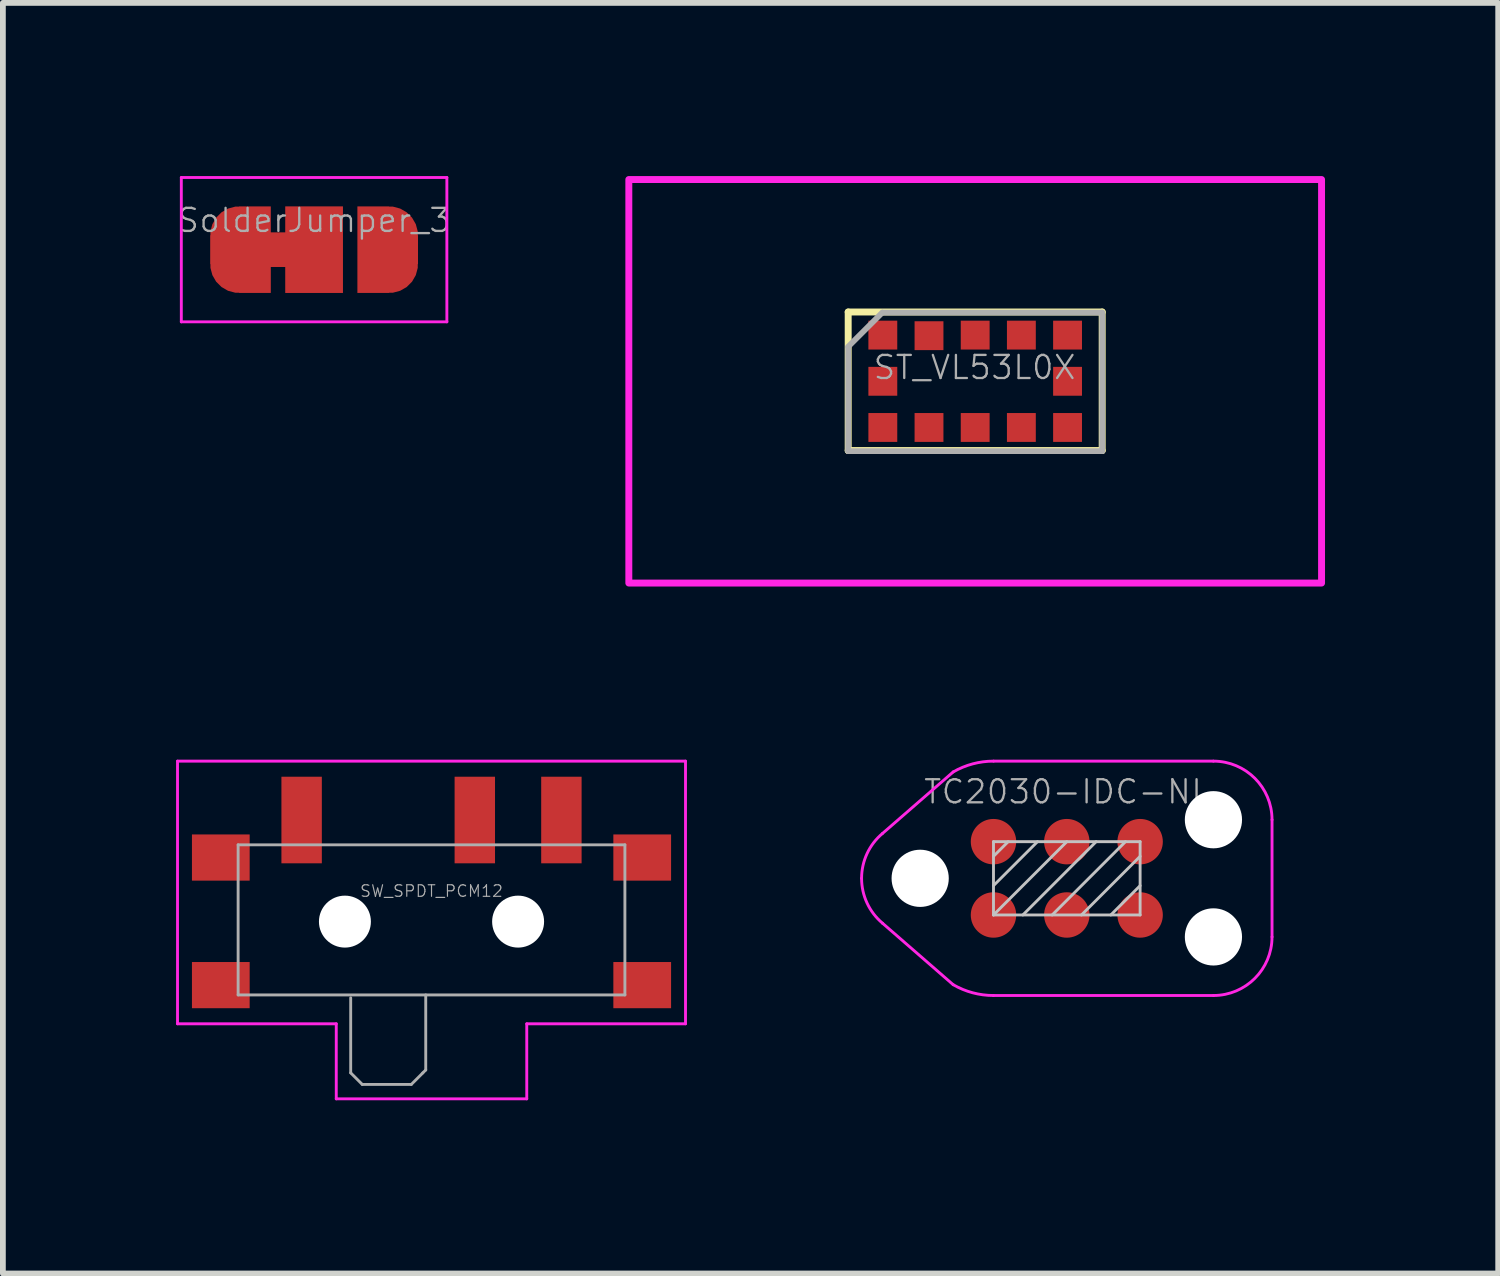
<source format=kicad_pcb>
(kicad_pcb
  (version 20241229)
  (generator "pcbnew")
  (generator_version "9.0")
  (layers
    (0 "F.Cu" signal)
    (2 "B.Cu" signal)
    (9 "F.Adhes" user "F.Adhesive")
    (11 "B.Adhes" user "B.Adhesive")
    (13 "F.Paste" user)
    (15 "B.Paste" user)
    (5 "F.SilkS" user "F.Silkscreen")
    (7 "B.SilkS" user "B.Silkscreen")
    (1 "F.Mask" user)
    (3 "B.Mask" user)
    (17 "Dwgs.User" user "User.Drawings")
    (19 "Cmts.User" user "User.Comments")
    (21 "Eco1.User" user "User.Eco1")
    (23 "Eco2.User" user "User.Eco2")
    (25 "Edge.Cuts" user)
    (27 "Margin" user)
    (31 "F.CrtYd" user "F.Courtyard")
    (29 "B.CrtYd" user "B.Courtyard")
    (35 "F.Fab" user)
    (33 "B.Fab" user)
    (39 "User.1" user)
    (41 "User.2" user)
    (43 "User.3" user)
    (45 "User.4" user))
  (footprint "ST_VL53L0X"
    (layer "F.Cu")
    (at 13.843 3.555)
    (property "Reference" "ST_VL53L0X" (at -0.01 -0.24 0) (unlocked yes) (layer "F.Fab") (effects (font (size 0.4 0.4) (thickness 0.04))))
    (attr smd)
    (fp_line (start -2.2 -1.2) (end 2.2 -1.2) (stroke (width 0.12) (type default)) (layer "F.SilkS"))
    (fp_line (start -2.2 1.2) (end -2.2 -1.2) (stroke (width 0.12) (type default)) (layer "F.SilkS"))
    (fp_line (start 2.2 -1.2) (end 2.2 1.2) (stroke (width 0.12) (type default)) (layer "F.SilkS"))
    (fp_line (start 2.2 1.2) (end -2.2 1.2) (stroke (width 0.12) (type default)) (layer "F.SilkS"))
    (fp_rect (start -6 -3.495) (end 6 3.495) (stroke (width 0.12) (type solid)) (fill no) (layer "F.CrtYd"))
    (fp_line (start -2.2 1.21) (end -2.2 -0.59) (stroke (width 0.1) (type solid)) (layer "F.Fab"))
    (fp_line (start -1.61 -1.19) (end -2.2 -0.6) (stroke (width 0.1) (type solid)) (layer "F.Fab"))
    (fp_line (start -1.6 -1.19) (end 2.2 -1.19) (stroke (width 0.1) (type solid)) (layer "F.Fab"))
    (fp_line (start 2.2 -1.19) (end 2.2 1.21) (stroke (width 0.1) (type solid)) (layer "F.Fab"))
    (fp_line (start 2.2 1.21) (end -2.2 1.21) (stroke (width 0.1) (type solid)) (layer "F.Fab"))
    (pad "1" smd rect (at -1.6 -0.8 90) (size 0.5 0.5) (layers "F.Cu" "F.Mask" "F.Paste"))
    (pad "2" smd rect (at -0.8 -0.79 90) (size 0.5 0.5) (layers "F.Cu" "F.Mask" "F.Paste"))
    (pad "3" smd rect (at 0 -0.8 90) (size 0.5 0.5) (layers "F.Cu" "F.Mask" "F.Paste"))
    (pad "4" smd rect (at 0.8 -0.8 90) (size 0.5 0.5) (layers "F.Cu" "F.Mask" "F.Paste"))
    (pad "5" smd rect (at 1.6 -0.8 90) (size 0.5 0.5) (layers "F.Cu" "F.Mask" "F.Paste"))
    (pad "6" smd rect (at 1.6 0 90) (size 0.5 0.5) (layers "F.Cu" "F.Mask" "F.Paste"))
    (pad "7" smd rect (at 1.6 0.8 90) (size 0.5 0.5) (layers "F.Cu" "F.Mask" "F.Paste"))
    (pad "8" smd rect (at 0.8 0.8 90) (size 0.5 0.5) (layers "F.Cu" "F.Mask" "F.Paste"))
    (pad "9" smd rect (at 0 0.8 90) (size 0.5 0.5) (layers "F.Cu" "F.Mask" "F.Paste"))
    (pad "10" smd rect (at -0.8 0.8 90) (size 0.5 0.5) (layers "F.Cu" "F.Mask" "F.Paste"))
    (pad "11" smd rect (at -1.6 0.8 90) (size 0.5 0.5) (layers "F.Cu" "F.Mask" "F.Paste"))
    (pad "12" smd rect (at -1.6 0 90) (size 0.5 0.5) (layers "F.Cu" "F.Mask" "F.Paste")))
  (footprint "SW_SPDT_PCM12"
    (layer "F.Cu")
    (at 4.425 12.585)
    (property "Reference" "SW_SPDT_PCM12" (at 0 -0.2 0) (unlocked yes) (layer "F.Fab") (effects (font (size 0.2 0.2) (thickness 0.02))))
    (attr smd)
    (fp_line (start -4.4 -2.45) (end 4.4 -2.45) (stroke (width 0.05) (type solid)) (layer "F.CrtYd"))
    (fp_line (start -4.4 2.1) (end -4.4 -2.45) (stroke (width 0.05) (type solid)) (layer "F.CrtYd"))
    (fp_line (start -1.65 2.1) (end -4.4 2.1) (stroke (width 0.05) (type solid)) (layer "F.CrtYd"))
    (fp_line (start -1.65 3.4) (end -1.65 2.1) (stroke (width 0.05) (type solid)) (layer "F.CrtYd"))
    (fp_line (start 1.65 2.1) (end 1.65 3.4) (stroke (width 0.05) (type solid)) (layer "F.CrtYd"))
    (fp_line (start 1.65 3.4) (end -1.65 3.4) (stroke (width 0.05) (type solid)) (layer "F.CrtYd"))
    (fp_line (start 4.4 -2.45) (end 4.4 2.1) (stroke (width 0.05) (type solid)) (layer "F.CrtYd"))
    (fp_line (start 4.4 2.1) (end 1.65 2.1) (stroke (width 0.05) (type solid)) (layer "F.CrtYd"))
    (fp_line (start -3.35 -1) (end -3.35 1.6) (stroke (width 0.05) (type solid)) (layer "F.Fab"))
    (fp_line (start -3.35 1.6) (end 3.35 1.6) (stroke (width 0.05) (type solid)) (layer "F.Fab"))
    (fp_line (start -1.4 1.65) (end -1.4 2.95) (stroke (width 0.05) (type solid)) (layer "F.Fab"))
    (fp_line (start -1.4 2.95) (end -1.2 3.15) (stroke (width 0.05) (type solid)) (layer "F.Fab"))
    (fp_line (start -1.2 3.15) (end -0.35 3.15) (stroke (width 0.05) (type solid)) (layer "F.Fab"))
    (fp_line (start -0.35 3.15) (end -0.15 2.95) (stroke (width 0.05) (type solid)) (layer "F.Fab"))
    (fp_line (start -0.15 2.95) (end -0.1 2.9) (stroke (width 0.05) (type solid)) (layer "F.Fab"))
    (fp_line (start -0.1 2.9) (end -0.1 1.6) (stroke (width 0.05) (type solid)) (layer "F.Fab"))
    (fp_line (start 3.35 -1) (end -3.35 -1) (stroke (width 0.05) (type solid)) (layer "F.Fab"))
    (fp_line (start 3.35 1.6) (end 3.35 -1) (stroke (width 0.05) (type solid)) (layer "F.Fab"))
    (pad "" smd rect (at -3.65 -0.78) (size 1 0.8) (layers "F.Cu" "F.Mask" "F.Paste"))
    (pad "" smd rect (at -3.65 1.43) (size 1 0.8) (layers "F.Cu" "F.Mask" "F.Paste"))
    (pad "" np_thru_hole circle (at -1.5 0.33) (size 0.9 0.9) (drill 0.9) (layers "*.Cu" "*.Mask"))
    (pad "" np_thru_hole circle (at 1.5 0.33) (size 0.9 0.9) (drill 0.9) (layers "*.Cu" "*.Mask"))
    (pad "" smd rect (at 3.65 -0.78) (size 1 0.8) (layers "F.Cu" "F.Mask" "F.Paste"))
    (pad "" smd rect (at 3.65 1.43) (size 1 0.8) (layers "F.Cu" "F.Mask" "F.Paste"))
    (pad "1" smd rect (at -2.25 -1.43) (size 0.7 1.5) (layers "F.Cu" "F.Mask" "F.Paste"))
    (pad "2" smd rect (at 0.75 -1.43) (size 0.7 1.5) (layers "F.Cu" "F.Mask" "F.Paste"))
    (pad "3" smd rect (at 2.25 -1.43) (size 0.7 1.5) (layers "F.Cu" "F.Mask" "F.Paste")))
  (footprint "SolderJumper_3"
    (layer "F.Cu")
    (at 2.391 1.275)
    (property "Reference" "SolderJumper_3" (at 0 -0.508 0) (layer "F.Fab") (effects (font (size 0.4 0.4) (thickness 0.04))))
    (attr exclude_from_pos_files exclude_from_bom)
    (fp_poly (pts (xy -0.9 -0.3) (xy -0.4 -0.3) (xy -0.4 0.3) (xy -0.9 0.3)) (stroke (width 0) (type solid)) (fill yes) (layer "F.Cu"))
    (fp_line (start -2.3 -1.25) (end -2.3 1.25) (stroke (width 0.05) (type solid)) (layer "F.CrtYd"))
    (fp_line (start -2.3 -1.25) (end 2.3 -1.25) (stroke (width 0.05) (type solid)) (layer "F.CrtYd"))
    (fp_line (start 2.3 1.25) (end -2.3 1.25) (stroke (width 0.05) (type solid)) (layer "F.CrtYd"))
    (fp_line (start 2.3 1.25) (end 2.3 -1.25) (stroke (width 0.05) (type solid)) (layer "F.CrtYd"))
    (pad "1" smd custom (at -1.3 0) (size 1 0.5) (layers "F.Cu" "F.Mask") (options (anchor rect)) (primitives (gr_circle (center 0 0.25) (end 0.5 0.25) (width 0) (fill yes)) (gr_circle (center 0 -0.25) (end 0.5 -0.25) (width 0) (fill yes)) (gr_poly (pts (xy 0.55 -0.75) (xy 0 -0.75) (xy 0 0.75) (xy 0.55 0.75)) (width 0) (fill yes))))
    (pad "2" smd rect (at 0 0) (size 1 1.5) (layers "F.Cu" "F.Mask"))
    (pad "3" smd custom (at 1.3 0) (size 1 0.5) (layers "F.Cu" "F.Mask") (options (anchor rect)) (primitives (gr_circle (center 0 0.25) (end 0.5 0.25) (width 0) (fill yes)) (gr_circle (center 0 -0.25) (end 0.5 -0.25) (width 0) (fill yes)) (gr_poly (pts (xy -0.55 -0.75) (xy 0 -0.75) (xy 0 0.75) (xy -0.55 0.75)) (width 0) (fill yes)))))
  (footprint "TC2030-IDC-NL"
    (layer "F.Cu")
    (at 15.43 12.165)
    (property "Reference" "TC2030-IDC-NL" (at 0 -1.5 0) (layer "F.Fab") (effects (font (size 0.4 0.4) (thickness 0.04))))
    (attr exclude_from_pos_files exclude_from_bom)
    (fp_line (start -1.27 -0.381) (end -1.016 -0.635) (stroke (width 0.05) (type solid)) (layer "Dwgs.User"))
    (fp_line (start -1.27 0.127) (end -0.508 -0.635) (stroke (width 0.05) (type solid)) (layer "Dwgs.User"))
    (fp_line (start -1.27 0.635) (end -1.27 -0.635) (stroke (width 0.05) (type solid)) (layer "Dwgs.User"))
    (fp_line (start -1.27 0.635) (end 0 -0.635) (stroke (width 0.05) (type solid)) (layer "Dwgs.User"))
    (fp_line (start -0.762 0.635) (end 0.508 -0.635) (stroke (width 0.05) (type solid)) (layer "Dwgs.User"))
    (fp_line (start -0.254 0.635) (end 1.016 -0.635) (stroke (width 0.05) (type solid)) (layer "Dwgs.User"))
    (fp_line (start 0.254 0.635) (end 1.27 -0.381) (stroke (width 0.05) (type solid)) (layer "Dwgs.User"))
    (fp_line (start 0.762 0.635) (end 1.27 0.127) (stroke (width 0.05) (type solid)) (layer "Dwgs.User"))
    (fp_line (start 1.27 -0.635) (end -1.27 -0.635) (stroke (width 0.05) (type solid)) (layer "Dwgs.User"))
    (fp_line (start 1.27 -0.635) (end 1.27 0.635) (stroke (width 0.05) (type solid)) (layer "Dwgs.User"))
    (fp_line (start 1.27 0.635) (end -1.27 0.635) (stroke (width 0.05) (type solid)) (layer "Dwgs.User"))
    (fp_line (start -3.192 0.778) (end -1.968 1.843) (stroke (width 0.05) (type solid)) (layer "F.CrtYd"))
    (fp_line (start -1.968 -1.843) (end -3.192 -0.778) (stroke (width 0.05) (type solid)) (layer "F.CrtYd"))
    (fp_line (start 2.54 -2.03) (end -1.27 -2.03) (stroke (width 0.05) (type solid)) (layer "F.CrtYd"))
    (fp_line (start 2.54 2.03) (end -1.27 2.03) (stroke (width 0.05) (type solid)) (layer "F.CrtYd"))
    (fp_line (start 3.555 -1.015) (end 3.555 1.015) (stroke (width 0.05) (type solid)) (layer "F.CrtYd"))
    (fp_arc (start -3.555 0) (mid -3.459902 -0.428958) (end -3.192429 -0.777535) (stroke (width 0.05) (type solid)) (layer "F.CrtYd"))
    (fp_arc (start -3.192429 0.777535) (mid -3.459902 0.428958) (end -3.555 0) (stroke (width 0.05) (type solid)) (layer "F.CrtYd"))
    (fp_arc (start -1.9675 -1.843105) (mid -1.631053 -1.982466) (end -1.27 -2.03) (stroke (width 0.05) (type solid)) (layer "F.CrtYd"))
    (fp_arc (start -1.27 2.03) (mid -1.631053 1.982466) (end -1.9675 1.843105) (stroke (width 0.05) (type solid)) (layer "F.CrtYd"))
    (fp_arc (start 2.54 -2.03) (mid 3.257713 -1.732713) (end 3.555 -1.015) (stroke (width 0.05) (type solid)) (layer "F.CrtYd"))
    (fp_arc (start 3.555 1.015) (mid 3.257713 1.732713) (end 2.54 2.03) (stroke (width 0.05) (type solid)) (layer "F.CrtYd"))
    (pad "" np_thru_hole circle (at -2.54 0) (size 0.991 0.991) (drill 0.991) (layers "*.Cu" "*.Mask"))
    (pad "" np_thru_hole circle (at 2.54 -1.015) (size 0.991 0.991) (drill 0.991) (layers "*.Cu" "*.Mask"))
    (pad "" np_thru_hole circle (at 2.54 1.015) (size 0.991 0.991) (drill 0.991) (layers "*.Cu" "*.Mask"))
    (pad "1" smd circle (at -1.27 0.635) (size 0.787 0.787) (layers "F.Cu" "F.Mask"))
    (pad "2" smd circle (at -1.27 -0.635) (size 0.787 0.787) (layers "F.Cu" "F.Mask"))
    (pad "3" smd circle (at 0 0.635) (size 0.787 0.787) (layers "F.Cu" "F.Mask"))
    (pad "4" smd circle (at 0 -0.635) (size 0.787 0.787) (layers "F.Cu" "F.Mask"))
    (pad "5" smd circle (at 1.27 0.635) (size 0.787 0.787) (layers "F.Cu" "F.Mask"))
    (pad "6" smd circle (at 1.27 -0.635) (size 0.787 0.787) (layers "F.Cu" "F.Mask")))
  (gr_rect
    (start -3 -3)
    (end 22.903 19.01)
    (stroke (width 0.1) (type default))
    (fill no)
    (layer "Edge.Cuts")))
</source>
